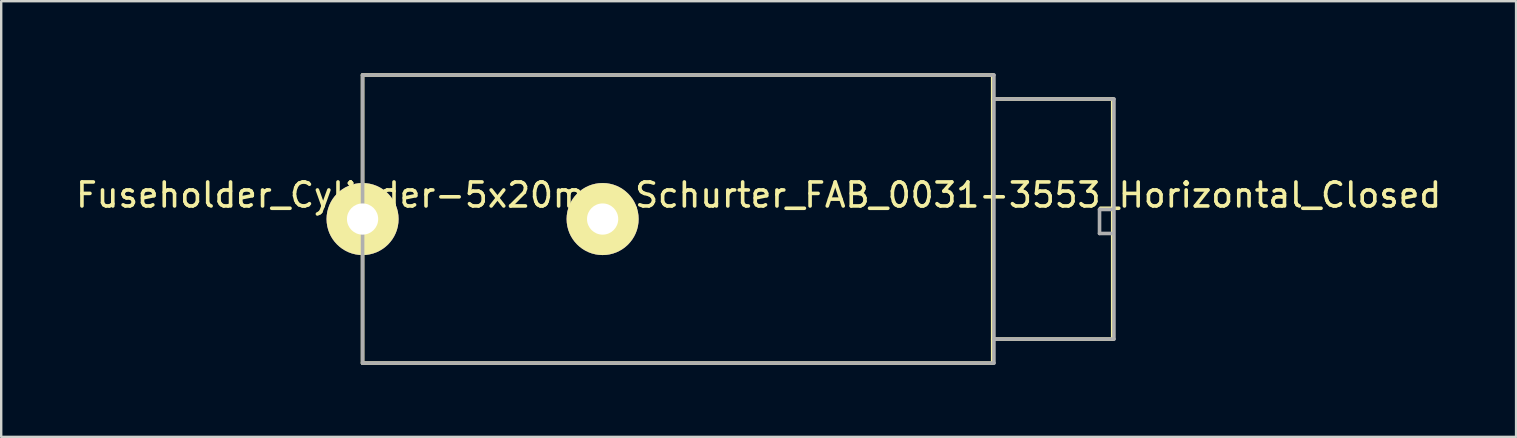
<source format=kicad_pcb>
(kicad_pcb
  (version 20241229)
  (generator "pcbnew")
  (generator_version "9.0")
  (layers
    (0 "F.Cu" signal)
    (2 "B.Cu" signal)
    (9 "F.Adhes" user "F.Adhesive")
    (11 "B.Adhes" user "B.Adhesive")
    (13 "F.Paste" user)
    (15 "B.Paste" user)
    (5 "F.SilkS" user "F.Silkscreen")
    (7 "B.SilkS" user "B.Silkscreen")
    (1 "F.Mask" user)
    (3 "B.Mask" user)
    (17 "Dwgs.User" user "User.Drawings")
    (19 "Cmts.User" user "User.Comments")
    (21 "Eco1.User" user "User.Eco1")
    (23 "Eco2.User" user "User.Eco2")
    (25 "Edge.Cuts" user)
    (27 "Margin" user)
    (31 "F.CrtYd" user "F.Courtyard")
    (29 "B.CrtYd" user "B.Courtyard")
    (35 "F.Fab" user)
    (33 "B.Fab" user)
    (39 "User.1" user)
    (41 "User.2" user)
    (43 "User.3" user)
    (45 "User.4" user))
  (footprint "Fuseholder_Cylinder-5x20mm_Schurter_FAB_0031-3553_Horizontal_Closed"
    (layer "F.Cu")
    (at 11.954 6.075)
    (property "Reference" "Fuseholder_Cylinder-5x20mm_Schurter_FAB_0031-3553_Horizontal_Closed" (at 16.6 -1 0) (layer "F.SilkS") (effects (font (size 1 1) (thickness 0.15))))
    (attr through_hole)
    (fp_line (start 0.1 -6) (end 0.1 6) (stroke (width 0.15) (type solid)) (layer "F.SilkS"))
    (fp_line (start 0.1 6) (end 26.35 6) (stroke (width 0.15) (type solid)) (layer "F.SilkS"))
    (fp_line (start 26.35 -6) (end 0.1 -6) (stroke (width 0.15) (type solid)) (layer "F.SilkS"))
    (fp_line (start 26.35 -5) (end 31.35 -5) (stroke (width 0.15) (type solid)) (layer "F.SilkS"))
    (fp_line (start 26.35 6) (end 26.35 -6) (stroke (width 0.15) (type solid)) (layer "F.SilkS"))
    (fp_line (start 31.35 -5) (end 31.35 5) (stroke (width 0.15) (type solid)) (layer "F.SilkS"))
    (fp_line (start 31.35 5) (end 26.35 5) (stroke (width 0.15) (type solid)) (layer "F.SilkS"))
    (fp_line (start 0.1 -6) (end 26.4 -6) (stroke (width 0.15) (type solid)) (layer "F.Fab"))
    (fp_line (start 0.1 6) (end 0.1 -6) (stroke (width 0.15) (type solid)) (layer "F.Fab"))
    (fp_line (start 26.4 -6) (end 26.4 6) (stroke (width 0.15) (type solid)) (layer "F.Fab"))
    (fp_line (start 26.4 -5) (end 31.4 -5) (stroke (width 0.15) (type solid)) (layer "F.Fab"))
    (fp_line (start 26.4 6) (end 0.1 6) (stroke (width 0.15) (type solid)) (layer "F.Fab"))
    (fp_line (start 30.8 -0.4) (end 30.8 0.6) (stroke (width 0.15) (type solid)) (layer "F.Fab"))
    (fp_line (start 30.8 0.6) (end 31.3 0.6) (stroke (width 0.15) (type solid)) (layer "F.Fab"))
    (fp_line (start 31.3 -0.4) (end 30.8 -0.4) (stroke (width 0.15) (type solid)) (layer "F.Fab"))
    (fp_line (start 31.4 -5) (end 31.4 5) (stroke (width 0.15) (type solid)) (layer "F.Fab"))
    (fp_line (start 31.4 5) (end 26.4 5) (stroke (width 0.15) (type solid)) (layer "F.Fab"))
    (pad "1" thru_hole circle (at 0.1 0) (size 3 3) (drill 1.3) (layers "*.Cu" "*.Mask" "F.SilkS"))
    (pad "2" thru_hole circle (at 10.1 0) (size 3 3) (drill 1.3) (layers "*.Cu" "*.Mask" "F.SilkS")))
  (gr_rect
    (start -3 -3)
    (end 60.107 15.15)
    (stroke (width 0.1) (type default))
    (fill no)
    (layer "Edge.Cuts")))
</source>
